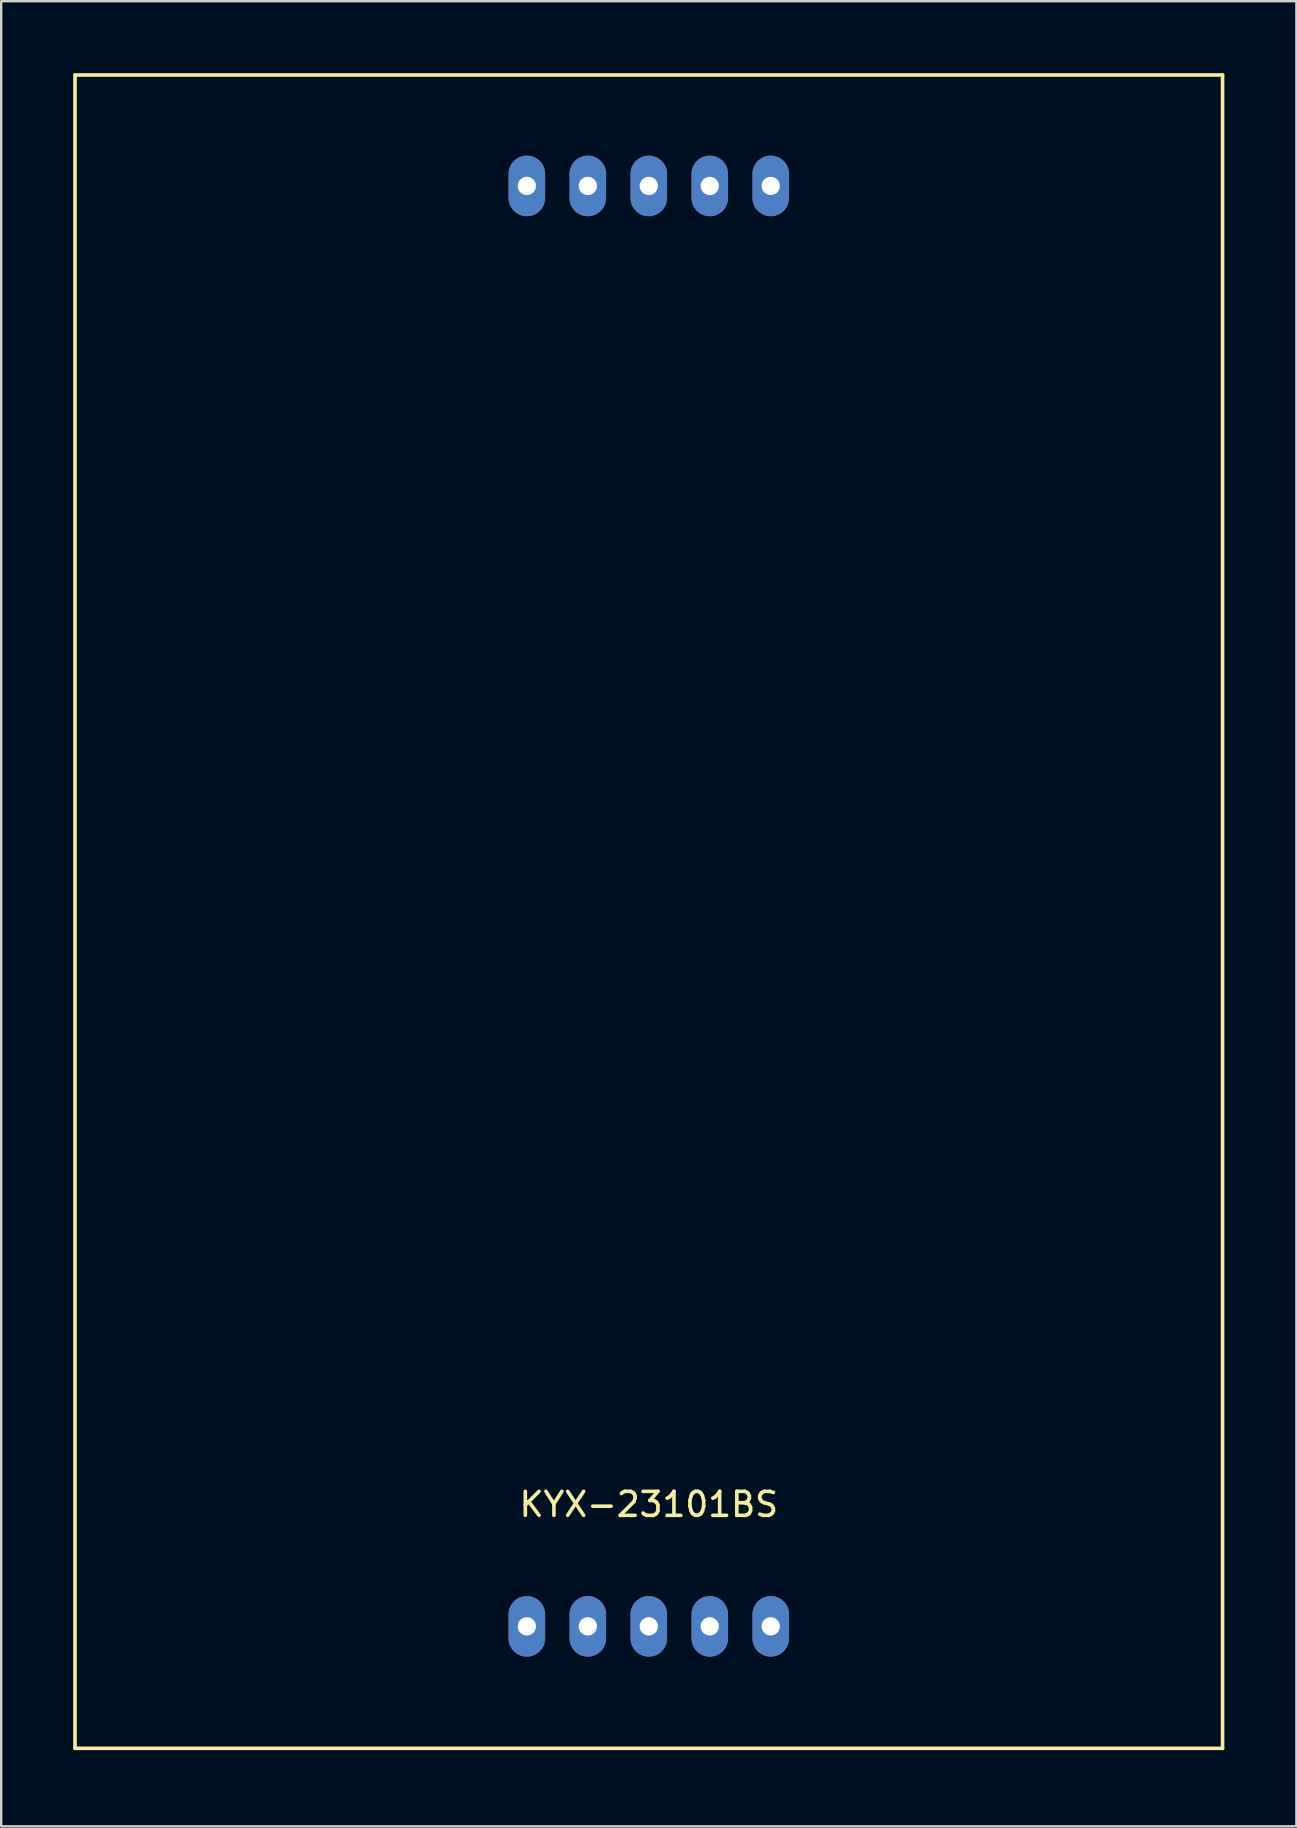
<source format=kicad_pcb>
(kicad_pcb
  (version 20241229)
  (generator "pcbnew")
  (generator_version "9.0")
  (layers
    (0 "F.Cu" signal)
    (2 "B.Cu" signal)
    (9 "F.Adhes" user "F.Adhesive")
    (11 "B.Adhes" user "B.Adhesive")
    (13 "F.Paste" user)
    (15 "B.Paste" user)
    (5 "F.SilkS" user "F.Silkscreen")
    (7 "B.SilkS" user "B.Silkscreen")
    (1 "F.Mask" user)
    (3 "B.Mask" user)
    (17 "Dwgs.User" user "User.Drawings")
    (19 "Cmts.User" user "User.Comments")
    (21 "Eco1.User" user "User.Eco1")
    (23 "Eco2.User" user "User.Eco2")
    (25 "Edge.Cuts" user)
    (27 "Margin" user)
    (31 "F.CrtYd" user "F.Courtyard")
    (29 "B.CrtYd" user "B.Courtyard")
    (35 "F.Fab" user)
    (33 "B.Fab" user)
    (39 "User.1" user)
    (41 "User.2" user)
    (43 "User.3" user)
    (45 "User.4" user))
  (footprint "KYX-23101BS"
    (layer "F.Cu")
    (at 23.975 69.775)
    (property "Reference" "KYX-23101BS" (at 0 -10.16 0) (layer "F.SilkS") (effects (font (size 1 1) (thickness 0.15))))
    (attr through_hole)
    (fp_line (start -23.9 -69.7) (end -23.9 0) (stroke (width 0.15) (type solid)) (layer "F.SilkS"))
    (fp_line (start -23.9 0) (end 23.9 0) (stroke (width 0.15) (type solid)) (layer "F.SilkS"))
    (fp_line (start 23.9 -69.7) (end -23.9 -69.7) (stroke (width 0.15) (type solid)) (layer "F.SilkS"))
    (fp_line (start 23.9 0) (end 23.9 -69.7) (stroke (width 0.15) (type solid)) (layer "F.SilkS"))
    (pad "1" thru_hole oval (at -5.08 -5.08) (size 1.524 2.524) (drill 0.762) (layers "*.Cu" "*.Mask"))
    (pad "2" thru_hole oval (at -2.54 -5.08) (size 1.524 2.524) (drill 0.762) (layers "*.Cu" "*.Mask"))
    (pad "3" thru_hole oval (at 0 -5.08) (size 1.524 2.524) (drill 0.762) (layers "*.Cu" "*.Mask"))
    (pad "4" thru_hole oval (at 2.54 -5.08) (size 1.524 2.524) (drill 0.762) (layers "*.Cu" "*.Mask"))
    (pad "5" thru_hole oval (at 5.08 -5.08) (size 1.524 2.524) (drill 0.762) (layers "*.Cu" "*.Mask"))
    (pad "6" thru_hole oval (at 5.08 -65.08) (size 1.524 2.524) (drill 0.762) (layers "*.Cu" "*.Mask"))
    (pad "7" thru_hole oval (at 2.54 -65.08) (size 1.524 2.524) (drill 0.762) (layers "*.Cu" "*.Mask"))
    (pad "8" thru_hole oval (at 0 -65.08) (size 1.524 2.524) (drill 0.762) (layers "*.Cu" "*.Mask"))
    (pad "9" thru_hole oval (at -2.54 -65.08) (size 1.524 2.524) (drill 0.762) (layers "*.Cu" "*.Mask"))
    (pad "10" thru_hole oval (at -5.08 -65.08) (size 1.524 2.524) (drill 0.762) (layers "*.Cu" "*.Mask")))
  (gr_rect
    (start -3 -3)
    (end 50.95 73.025)
    (stroke (width 0.1) (type default))
    (fill no)
    (layer "Edge.Cuts")))
</source>
